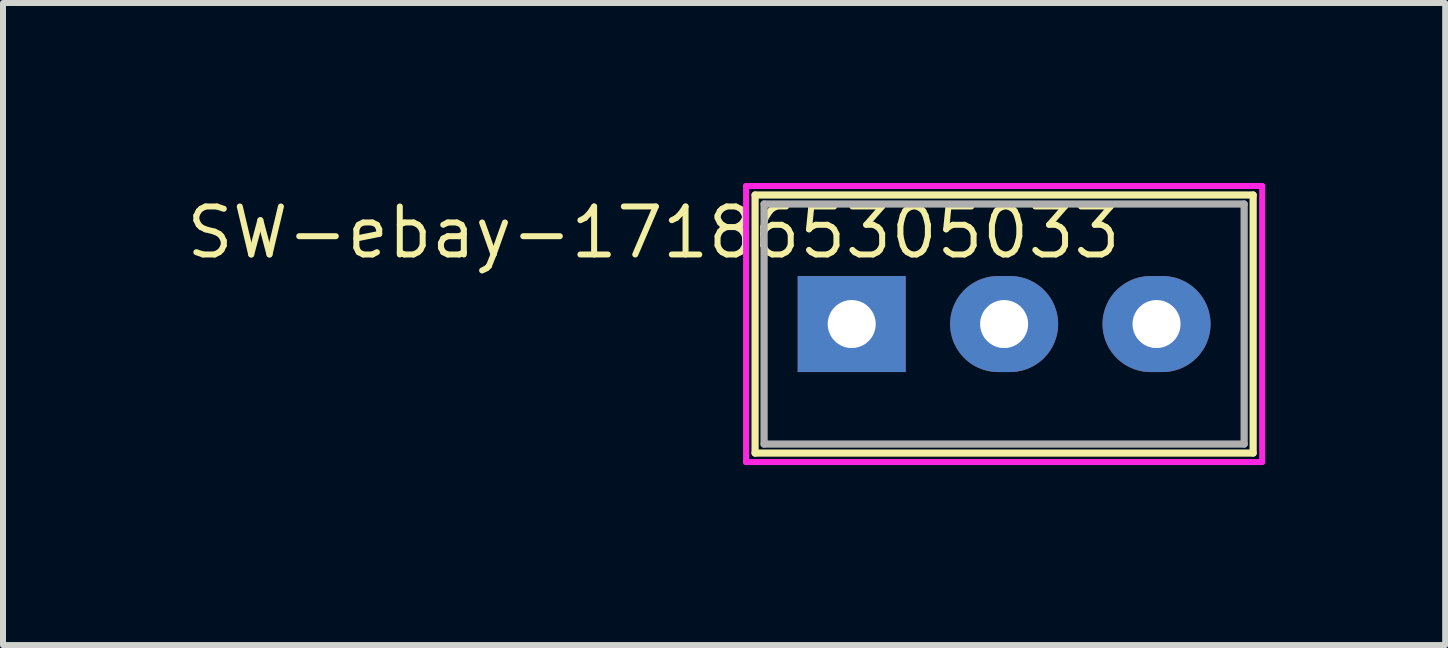
<source format=kicad_pcb>
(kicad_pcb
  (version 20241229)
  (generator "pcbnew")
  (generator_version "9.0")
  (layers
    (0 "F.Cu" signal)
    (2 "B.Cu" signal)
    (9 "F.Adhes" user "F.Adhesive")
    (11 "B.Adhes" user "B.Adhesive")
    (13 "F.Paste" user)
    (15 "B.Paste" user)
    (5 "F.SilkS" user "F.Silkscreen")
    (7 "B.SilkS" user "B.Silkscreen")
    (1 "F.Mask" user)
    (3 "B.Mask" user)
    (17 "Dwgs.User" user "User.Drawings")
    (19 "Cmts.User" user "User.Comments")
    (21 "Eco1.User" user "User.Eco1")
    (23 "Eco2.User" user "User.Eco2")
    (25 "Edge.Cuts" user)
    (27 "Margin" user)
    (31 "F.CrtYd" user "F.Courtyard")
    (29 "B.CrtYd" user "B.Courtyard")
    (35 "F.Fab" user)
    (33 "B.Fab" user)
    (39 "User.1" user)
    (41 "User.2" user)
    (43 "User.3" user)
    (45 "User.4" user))
  (footprint "SW-ebay-171865305033"
    (layer "F.Cu")
    (at 13.683 2.35)
    (property "Reference" "SW-ebay-171865305033" (at -5.842 -1.524 0) (layer "F.SilkS") (effects (font (size 0.8 0.8) (thickness 0.1))))
    (attr through_hole)
    (fp_line (start -4.15 -2.15) (end 4.15 -2.15) (stroke (width 0.12) (type solid)) (layer "F.SilkS"))
    (fp_line (start -4.15 2.15) (end -4.15 -2.15) (stroke (width 0.12) (type solid)) (layer "F.SilkS"))
    (fp_line (start 4.15 -2.15) (end 4.15 2.15) (stroke (width 0.12) (type solid)) (layer "F.SilkS"))
    (fp_line (start 4.15 2.15) (end -4.15 2.15) (stroke (width 0.12) (type solid)) (layer "F.SilkS"))
    (fp_line (start -4.3 -2.3) (end 4.3 -2.3) (stroke (width 0.1) (type solid)) (layer "F.CrtYd"))
    (fp_line (start -4.3 2.3) (end -4.3 -2.3) (stroke (width 0.1) (type solid)) (layer "F.CrtYd"))
    (fp_line (start 4.3 -2.3) (end 4.3 2.3) (stroke (width 0.1) (type solid)) (layer "F.CrtYd"))
    (fp_line (start 4.3 2.3) (end -4.3 2.3) (stroke (width 0.1) (type solid)) (layer "F.CrtYd"))
    (fp_line (start -4 -2) (end 4 -2) (stroke (width 0.12) (type solid)) (layer "F.Fab"))
    (fp_line (start -4 2) (end -4 -2) (stroke (width 0.12) (type solid)) (layer "F.Fab"))
    (fp_line (start 4 -2) (end 4 2) (stroke (width 0.12) (type solid)) (layer "F.Fab"))
    (fp_line (start 4 2) (end -4 2) (stroke (width 0.12) (type solid)) (layer "F.Fab"))
    (pad "1" thru_hole rect (at -2.54 0) (size 1.8 1.6) (drill 0.8) (layers "*.Cu" "*.Mask"))
    (pad "2" thru_hole oval (at 0 0) (size 1.8 1.6) (drill 0.8) (layers "*.Cu" "*.Mask"))
    (pad "3" thru_hole oval (at 2.54 0) (size 1.8 1.6) (drill 0.8) (layers "*.Cu" "*.Mask")))
  (gr_rect
    (start -3 -3)
    (end 21.033 7.7)
    (stroke (width 0.1) (type default))
    (fill no)
    (layer "Edge.Cuts")))
</source>
